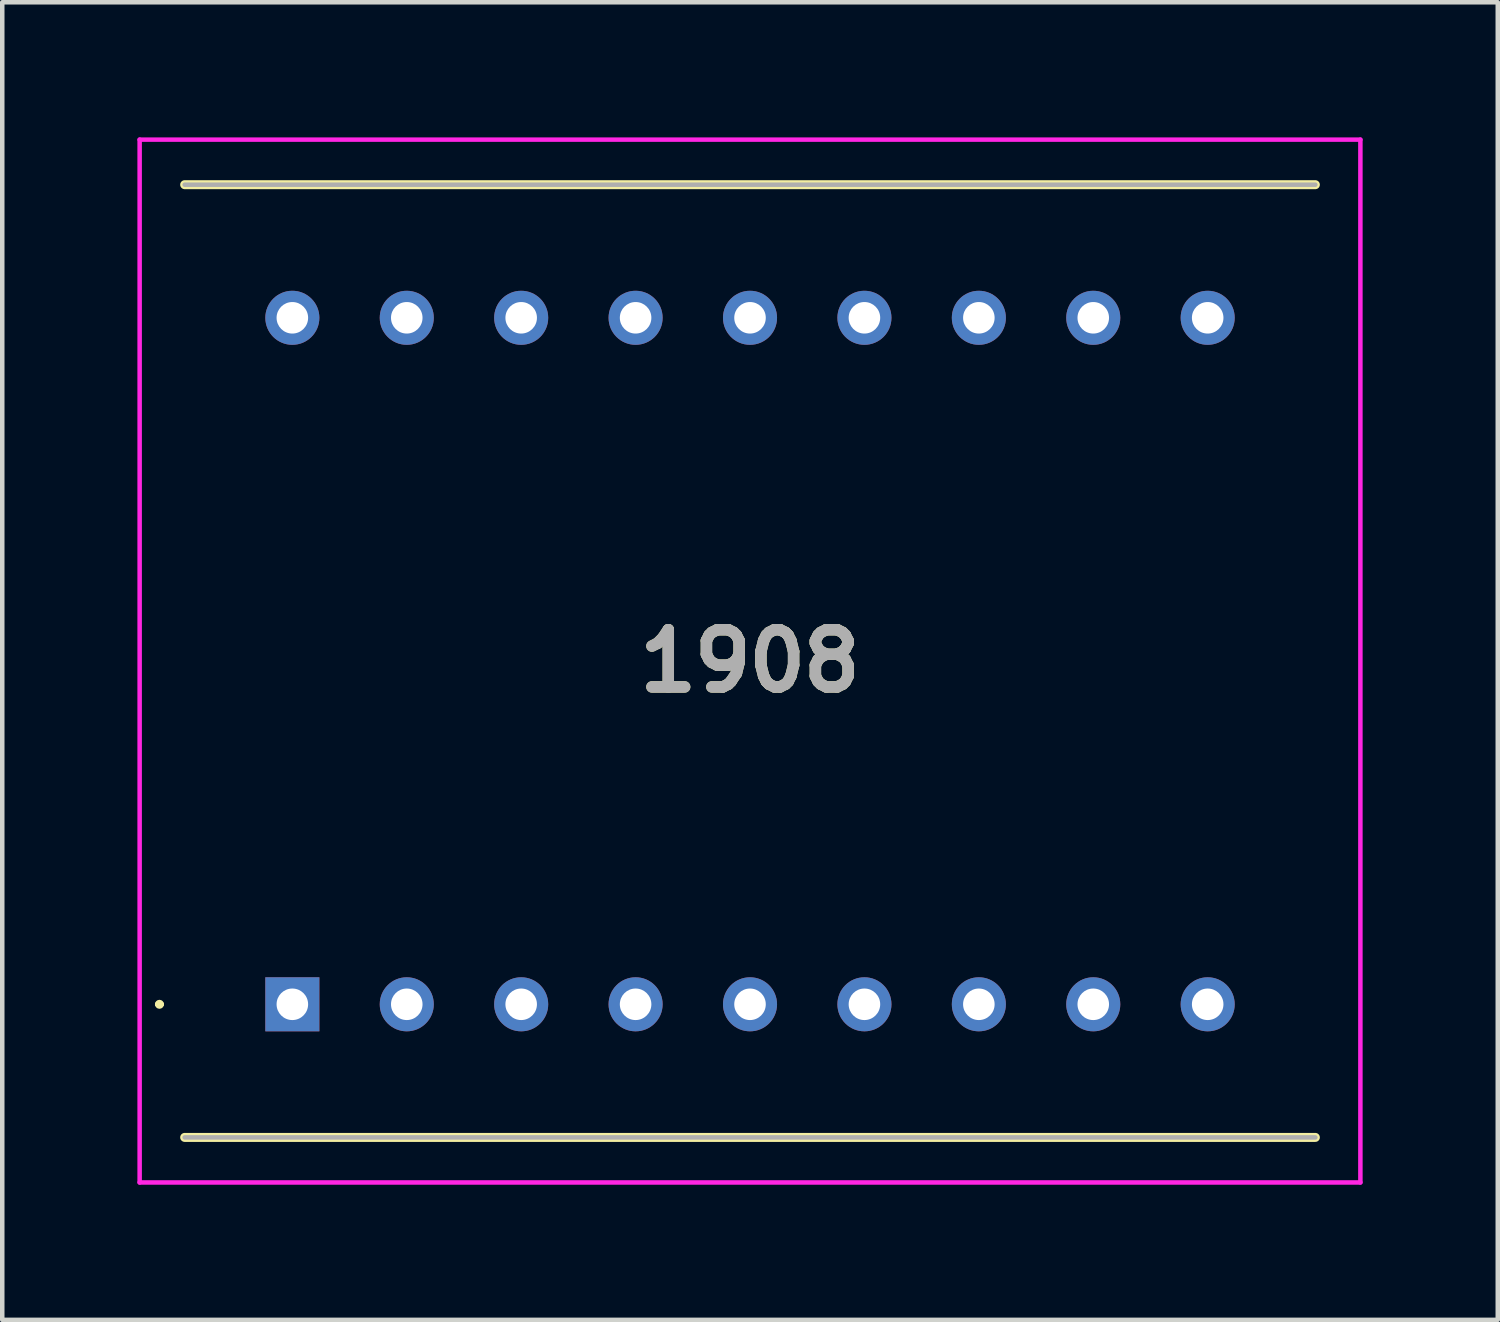
<source format=kicad_pcb>
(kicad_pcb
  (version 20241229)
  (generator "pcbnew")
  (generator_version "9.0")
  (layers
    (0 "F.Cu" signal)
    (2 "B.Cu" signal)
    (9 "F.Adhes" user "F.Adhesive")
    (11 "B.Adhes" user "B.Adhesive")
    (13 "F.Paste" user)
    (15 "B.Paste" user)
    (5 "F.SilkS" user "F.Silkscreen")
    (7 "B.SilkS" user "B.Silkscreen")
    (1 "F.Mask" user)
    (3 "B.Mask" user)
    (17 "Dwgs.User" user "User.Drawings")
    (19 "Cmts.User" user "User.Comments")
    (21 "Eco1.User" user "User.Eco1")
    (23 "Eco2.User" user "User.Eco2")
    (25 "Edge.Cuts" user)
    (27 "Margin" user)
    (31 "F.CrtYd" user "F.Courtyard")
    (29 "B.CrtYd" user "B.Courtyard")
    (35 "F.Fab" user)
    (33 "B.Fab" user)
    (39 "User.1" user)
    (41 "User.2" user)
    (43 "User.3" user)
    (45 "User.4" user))
  (footprint "1908"
    (layer "F.Cu")
    (at 3.44 19.245)
    (property "Reference" "1908" (at 10.16 -7.62 0) (layer "F.SilkS") (effects (font (size 1.27 1.27) (thickness 0.254))))
    (attr through_hole)
    (fp_line (start -3 0) (end -3 0) (stroke (width 0.1) (type solid)) (layer "F.SilkS"))
    (fp_line (start -2.9 0) (end -2.9 0) (stroke (width 0.1) (type solid)) (layer "F.SilkS"))
    (fp_line (start -2.39 -18.195) (end 22.71 -18.195) (stroke (width 0.2) (type solid)) (layer "F.SilkS"))
    (fp_line (start 22.71 2.955) (end -2.39 2.955) (stroke (width 0.2) (type solid)) (layer "F.SilkS"))
    (fp_arc (start -3 0) (mid -2.95 -0.05) (end -2.9 0) (stroke (width 0.1) (type solid)) (layer "F.SilkS"))
    (fp_arc (start -2.9 0) (mid -2.95 0.05) (end -3 0) (stroke (width 0.1) (type solid)) (layer "F.SilkS"))
    (fp_line (start -3.39 -19.195) (end 23.71 -19.195) (stroke (width 0.1) (type solid)) (layer "F.CrtYd"))
    (fp_line (start -3.39 3.955) (end -3.39 -19.195) (stroke (width 0.1) (type solid)) (layer "F.CrtYd"))
    (fp_line (start 23.71 -19.195) (end 23.71 3.955) (stroke (width 0.1) (type solid)) (layer "F.CrtYd"))
    (fp_line (start 23.71 3.955) (end -3.39 3.955) (stroke (width 0.1) (type solid)) (layer "F.CrtYd"))
    (fp_line (start -2.39 -18.195) (end 22.71 -18.195) (stroke (width 0.1) (type solid)) (layer "F.Fab"))
    (fp_line (start 22.71 2.955) (end -2.39 2.955) (stroke (width 0.1) (type solid)) (layer "F.Fab"))
    (fp_text user "${REFERENCE}" (at 10.16 -7.62 0) (layer "F.Fab") (effects (font (size 1.27 1.27) (thickness 0.254))))
    (pad "1" thru_hole rect (at 0 0) (size 1.2 1.2) (drill 0.7) (layers "*.Cu" "*.Mask"))
    (pad "2" thru_hole circle (at 2.54 0) (size 1.2 1.2) (drill 0.7) (layers "*.Cu" "*.Mask"))
    (pad "3" thru_hole circle (at 5.08 0) (size 1.2 1.2) (drill 0.7) (layers "*.Cu" "*.Mask"))
    (pad "4" thru_hole circle (at 7.62 0) (size 1.2 1.2) (drill 0.7) (layers "*.Cu" "*.Mask"))
    (pad "5" thru_hole circle (at 10.16 0) (size 1.2 1.2) (drill 0.7) (layers "*.Cu" "*.Mask"))
    (pad "6" thru_hole circle (at 12.7 0) (size 1.2 1.2) (drill 0.7) (layers "*.Cu" "*.Mask"))
    (pad "7" thru_hole circle (at 15.24 0) (size 1.2 1.2) (drill 0.7) (layers "*.Cu" "*.Mask"))
    (pad "8" thru_hole circle (at 17.78 0) (size 1.2 1.2) (drill 0.7) (layers "*.Cu" "*.Mask"))
    (pad "9" thru_hole circle (at 20.32 0) (size 1.2 1.2) (drill 0.7) (layers "*.Cu" "*.Mask"))
    (pad "10" thru_hole circle (at 20.32 -15.24) (size 1.2 1.2) (drill 0.7) (layers "*.Cu" "*.Mask"))
    (pad "11" thru_hole circle (at 17.78 -15.24) (size 1.2 1.2) (drill 0.7) (layers "*.Cu" "*.Mask"))
    (pad "12" thru_hole circle (at 15.24 -15.24) (size 1.2 1.2) (drill 0.7) (layers "*.Cu" "*.Mask"))
    (pad "13" thru_hole circle (at 12.7 -15.24) (size 1.2 1.2) (drill 0.7) (layers "*.Cu" "*.Mask"))
    (pad "14" thru_hole circle (at 10.16 -15.24) (size 1.2 1.2) (drill 0.7) (layers "*.Cu" "*.Mask"))
    (pad "15" thru_hole circle (at 7.62 -15.24) (size 1.2 1.2) (drill 0.7) (layers "*.Cu" "*.Mask"))
    (pad "16" thru_hole circle (at 5.08 -15.24) (size 1.2 1.2) (drill 0.7) (layers "*.Cu" "*.Mask"))
    (pad "17" thru_hole circle (at 2.54 -15.24) (size 1.2 1.2) (drill 0.7) (layers "*.Cu" "*.Mask"))
    (pad "18" thru_hole circle (at 0 -15.24) (size 1.2 1.2) (drill 0.7) (layers "*.Cu" "*.Mask")))
  (gr_rect
    (start -3 -3)
    (end 30.2 26.25)
    (stroke (width 0.1) (type default))
    (fill no)
    (layer "Edge.Cuts")))
</source>
